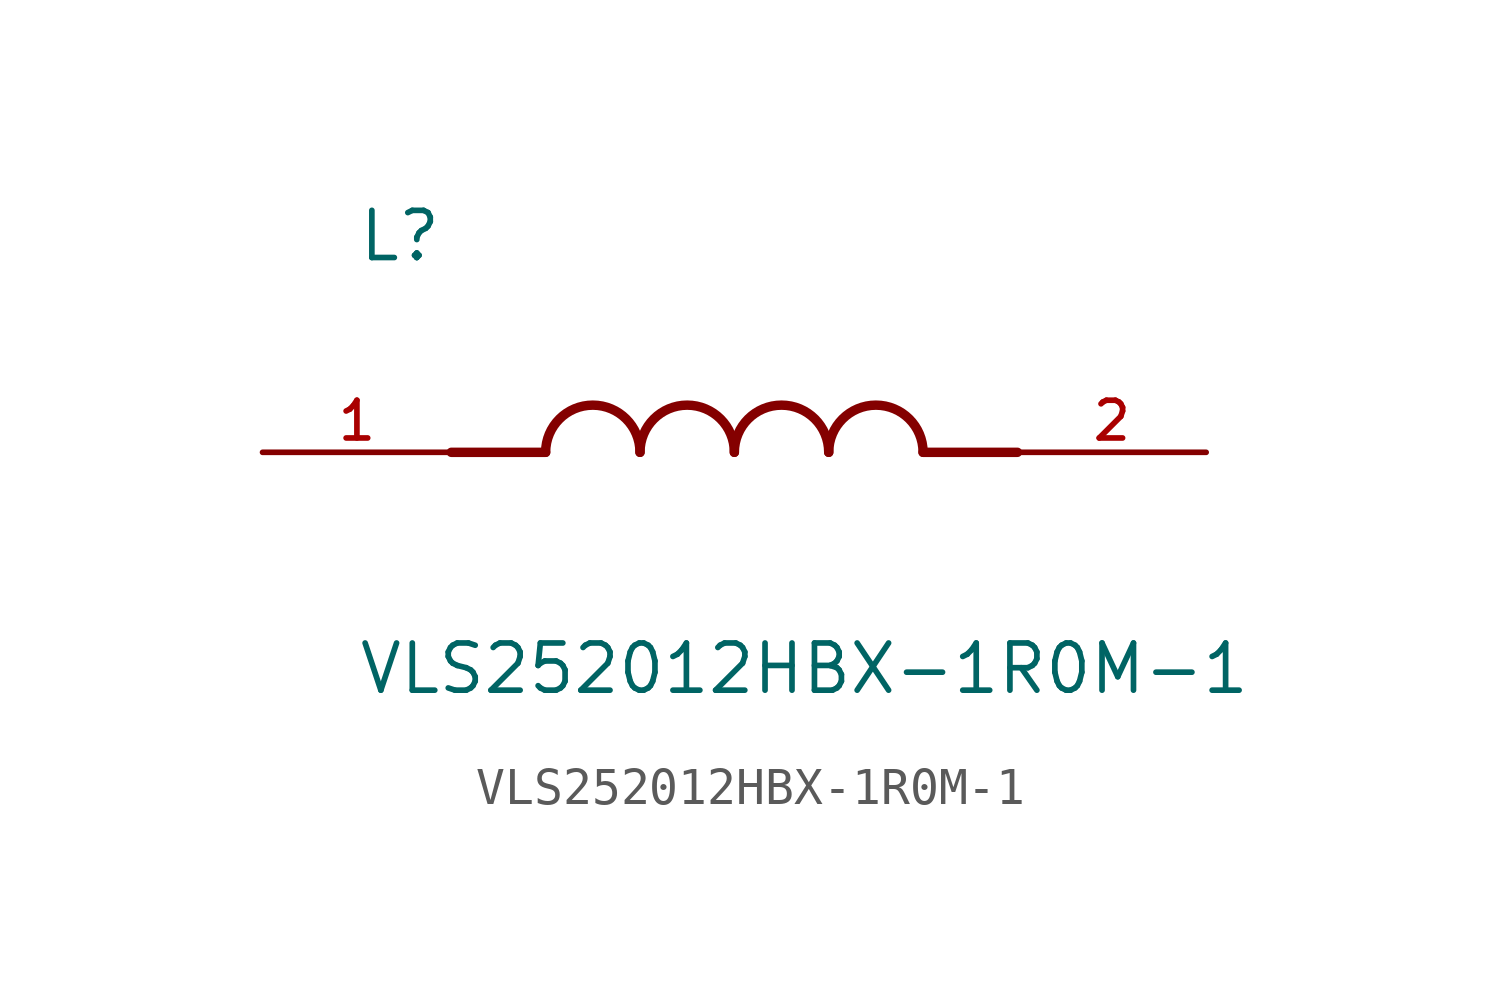
<source format=kicad_sym>
(kicad_symbol_lib
  (version 20211014)
  (generator kicad_symbol_editor)
  (symbol "VLS252012HBX-1R0M-1"
    (pin_names
      (offset 1.016))
    (property "Reference" "L"
      (at -10.16 5.08 0)
      (effects (font (size 1.27 1.27)) (justify bottom left)))
    (property "Value" "VLS252012HBX-1R0M-1"
      (at -10.16 -5.08 0)
      (effects (font (size 1.27 1.27)) (justify top left)))
    (symbol "VLS252012HBX-1R0M-1_0_0"
      (polyline (pts (xy -5.08 0.0) (xy -7.62 0.0)) (stroke (width 0.254)))
      (polyline (pts (xy 5.08 0.0) (xy 7.62 0.0)) (stroke (width 0.254)))
      (arc (start -2.54 0.0) (mid -3.81 1.27) (end -5.08 0.0) (stroke (width 0.254) (type default) (color 0 0 0 0)) (fill (type none)))
      (arc (start 0.0 0.0) (mid -1.27 1.27) (end -2.54 0.0) (stroke (width 0.254) (type default) (color 0 0 0 0)) (fill (type none)))
      (arc (start 2.54 0.0) (mid 1.27 1.27) (end 0.0 0.0) (stroke (width 0.254) (type default) (color 0 0 0 0)) (fill (type none)))
      (arc (start 5.08 0.0) (mid 3.81 1.27) (end 2.54 0.0) (stroke (width 0.254) (type default) (color 0 0 0 0)) (fill (type none)))
      (pin passive line (at -12.7 0.0 0) (length 5.08) (name "~" (effects (font (size 1.016 1.016)))) (number "1" (effects (font (size 1.016 1.016)))))
      (pin passive line (at 12.7 0.0 180.0) (length 5.08) (name "~" (effects (font (size 1.016 1.016)))) (number "2" (effects (font (size 1.016 1.016))))))))
</source>
